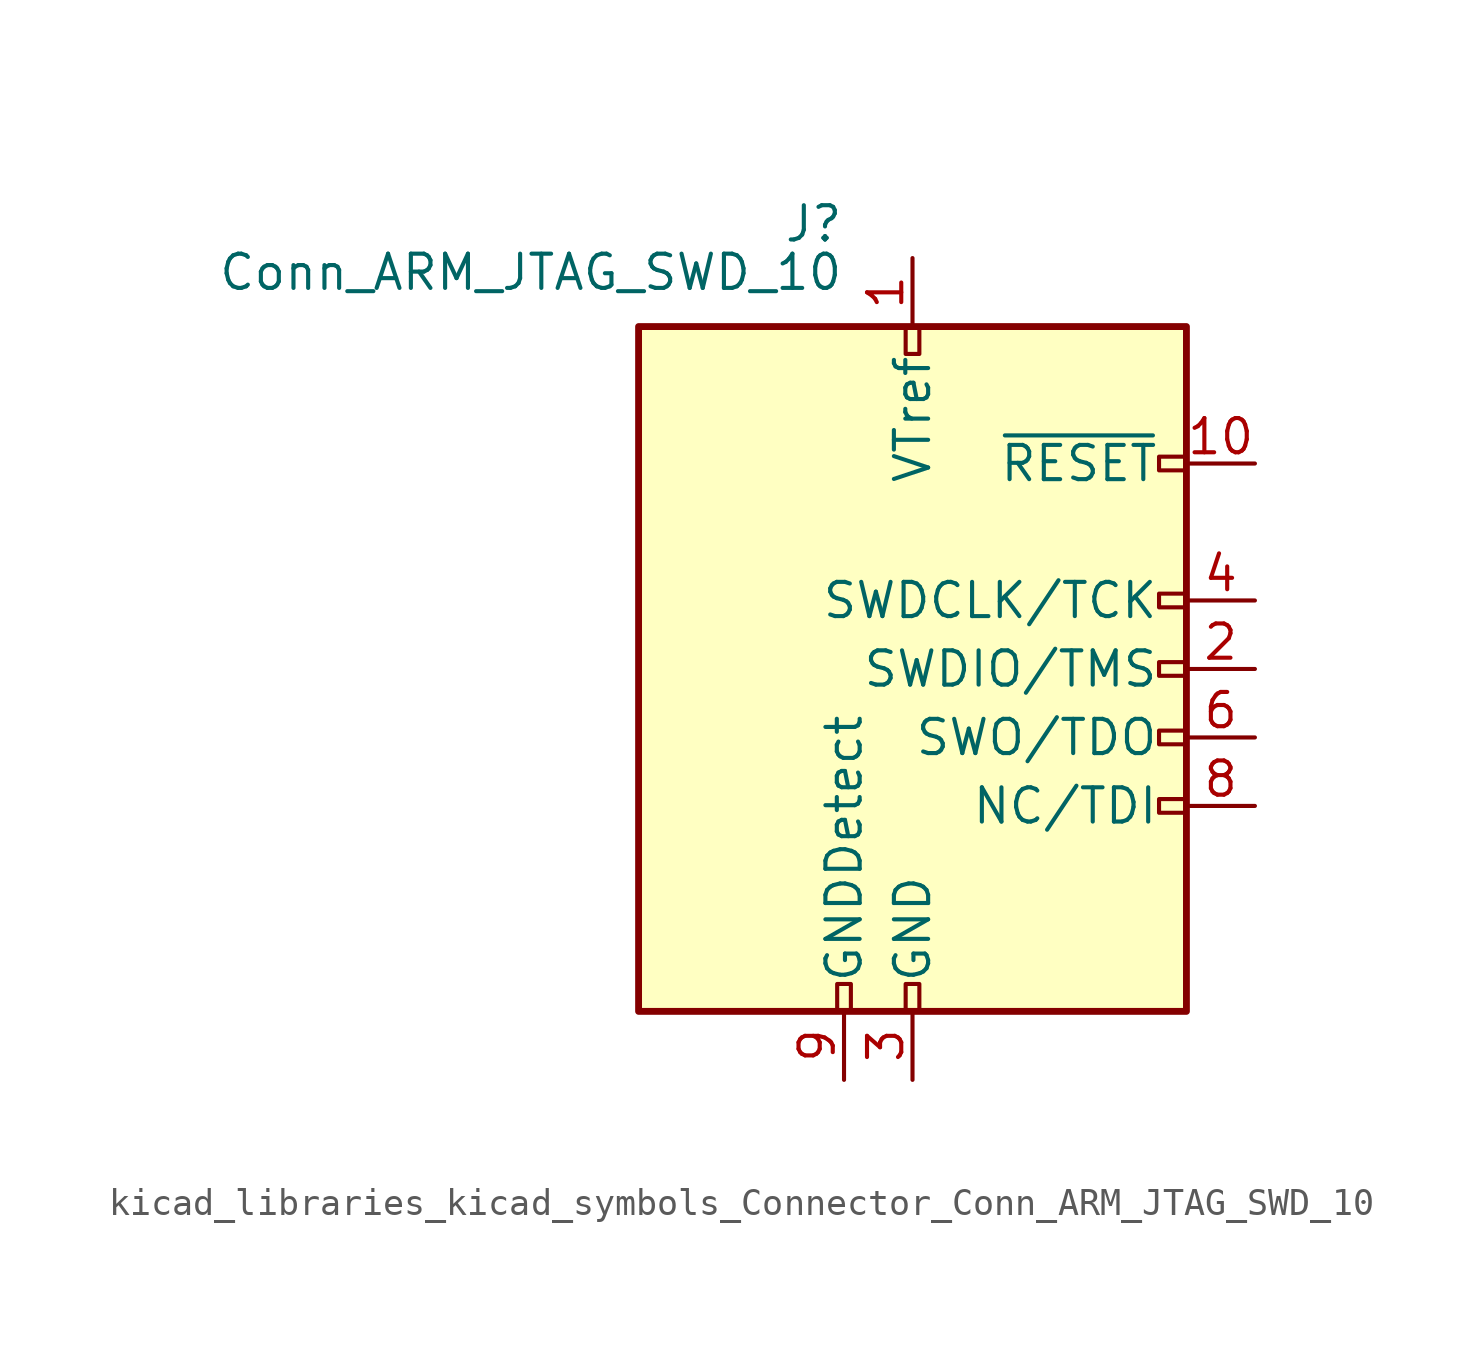
<source format=kicad_sym>
(kicad_symbol_lib
  (version 20220914)
  (generator kicad_symbol_editor)
  (symbol "kicad_libraries_kicad_symbols_Connector_Conn_ARM_JTAG_SWD_10"
    (pin_names
      (offset 1.016))
    (property "Reference" "J"
      (at -2.54 16.51 0)
      (effects (font (size 1.27 1.27)) (justify right)))
    (property "Value" "Conn_ARM_JTAG_SWD_10"
      (at -2.54 13.97 0)
      (effects (font (size 1.27 1.27)) (justify right bottom)))
    (symbol "kicad_libraries_kicad_symbols_Connector_Conn_ARM_JTAG_SWD_10_0_1"
      (rectangle (start -10.16 12.7) (end 10.16 -12.7) (stroke (width 0.254) (type default)) (fill (type background)))
      (rectangle (start -2.794 -12.7) (end -2.286 -11.684) (stroke (width 0) (type default)) (fill (type none)))
      (rectangle (start -0.254 -12.7) (end 0.254 -11.684) (stroke (width 0) (type default)) (fill (type none)))
      (rectangle (start -0.254 12.7) (end 0.254 11.684) (stroke (width 0) (type default)) (fill (type none)))
      (rectangle (start 9.144 2.286) (end 10.16 2.794) (stroke (width 0) (type default)) (fill (type none)))
      (rectangle (start 10.16 -2.794) (end 9.144 -2.286) (stroke (width 0) (type default)) (fill (type none)))
      (rectangle (start 10.16 -0.254) (end 9.144 0.254) (stroke (width 0) (type default)) (fill (type none)))
      (rectangle (start 10.16 7.874) (end 9.144 7.366) (stroke (width 0) (type default)) (fill (type none))))
    (symbol "kicad_libraries_kicad_symbols_Connector_Conn_ARM_JTAG_SWD_10_1_1"
      (rectangle (start 9.144 -5.334) (end 10.16 -4.826) (stroke (width 0) (type default)) (fill (type none)))
      (pin power_in line (at 0 15.24 270) (length 2.54) (name "VTref" (effects (font (size 1.27 1.27)))) (number "1" (effects (font (size 1.27 1.27)))))
      (pin open_collector line (at 12.7 7.62 180) (length 2.54) (name "~{RESET}" (effects (font (size 1.27 1.27)))) (number "10" (effects (font (size 1.27 1.27)))))
      (pin bidirectional line (at 12.7 0 180) (length 2.54) (name "SWDIO/TMS" (effects (font (size 1.27 1.27)))) (number "2" (effects (font (size 1.27 1.27)))))
      (pin power_in line (at 0 -15.24 90) (length 2.54) (name "GND" (effects (font (size 1.27 1.27)))) (number "3" (effects (font (size 1.27 1.27)))))
      (pin output line (at 12.7 2.54 180) (length 2.54) (name "SWDCLK/TCK" (effects (font (size 1.27 1.27)))) (number "4" (effects (font (size 1.27 1.27)))))
      (pin passive line (at 0 -15.24 90) (length 2.54) hide (name "GND" (effects (font (size 1.27 1.27)))) (number "5" (effects (font (size 1.27 1.27)))))
      (pin input line (at 12.7 -2.54 180) (length 2.54) (name "SWO/TDO" (effects (font (size 1.27 1.27)))) (number "6" (effects (font (size 1.27 1.27)))))
      (pin no_connect line (at -10.16 0 0) (length 2.54) hide (name "KEY" (effects (font (size 1.27 1.27)))) (number "7" (effects (font (size 1.27 1.27)))))
      (pin output line (at 12.7 -5.08 180) (length 2.54) (name "NC/TDI" (effects (font (size 1.27 1.27)))) (number "8" (effects (font (size 1.27 1.27)))))
      (pin passive line (at -2.54 -15.24 90) (length 2.54) (name "GNDDetect" (effects (font (size 1.27 1.27)))) (number "9" (effects (font (size 1.27 1.27))))))))
</source>
